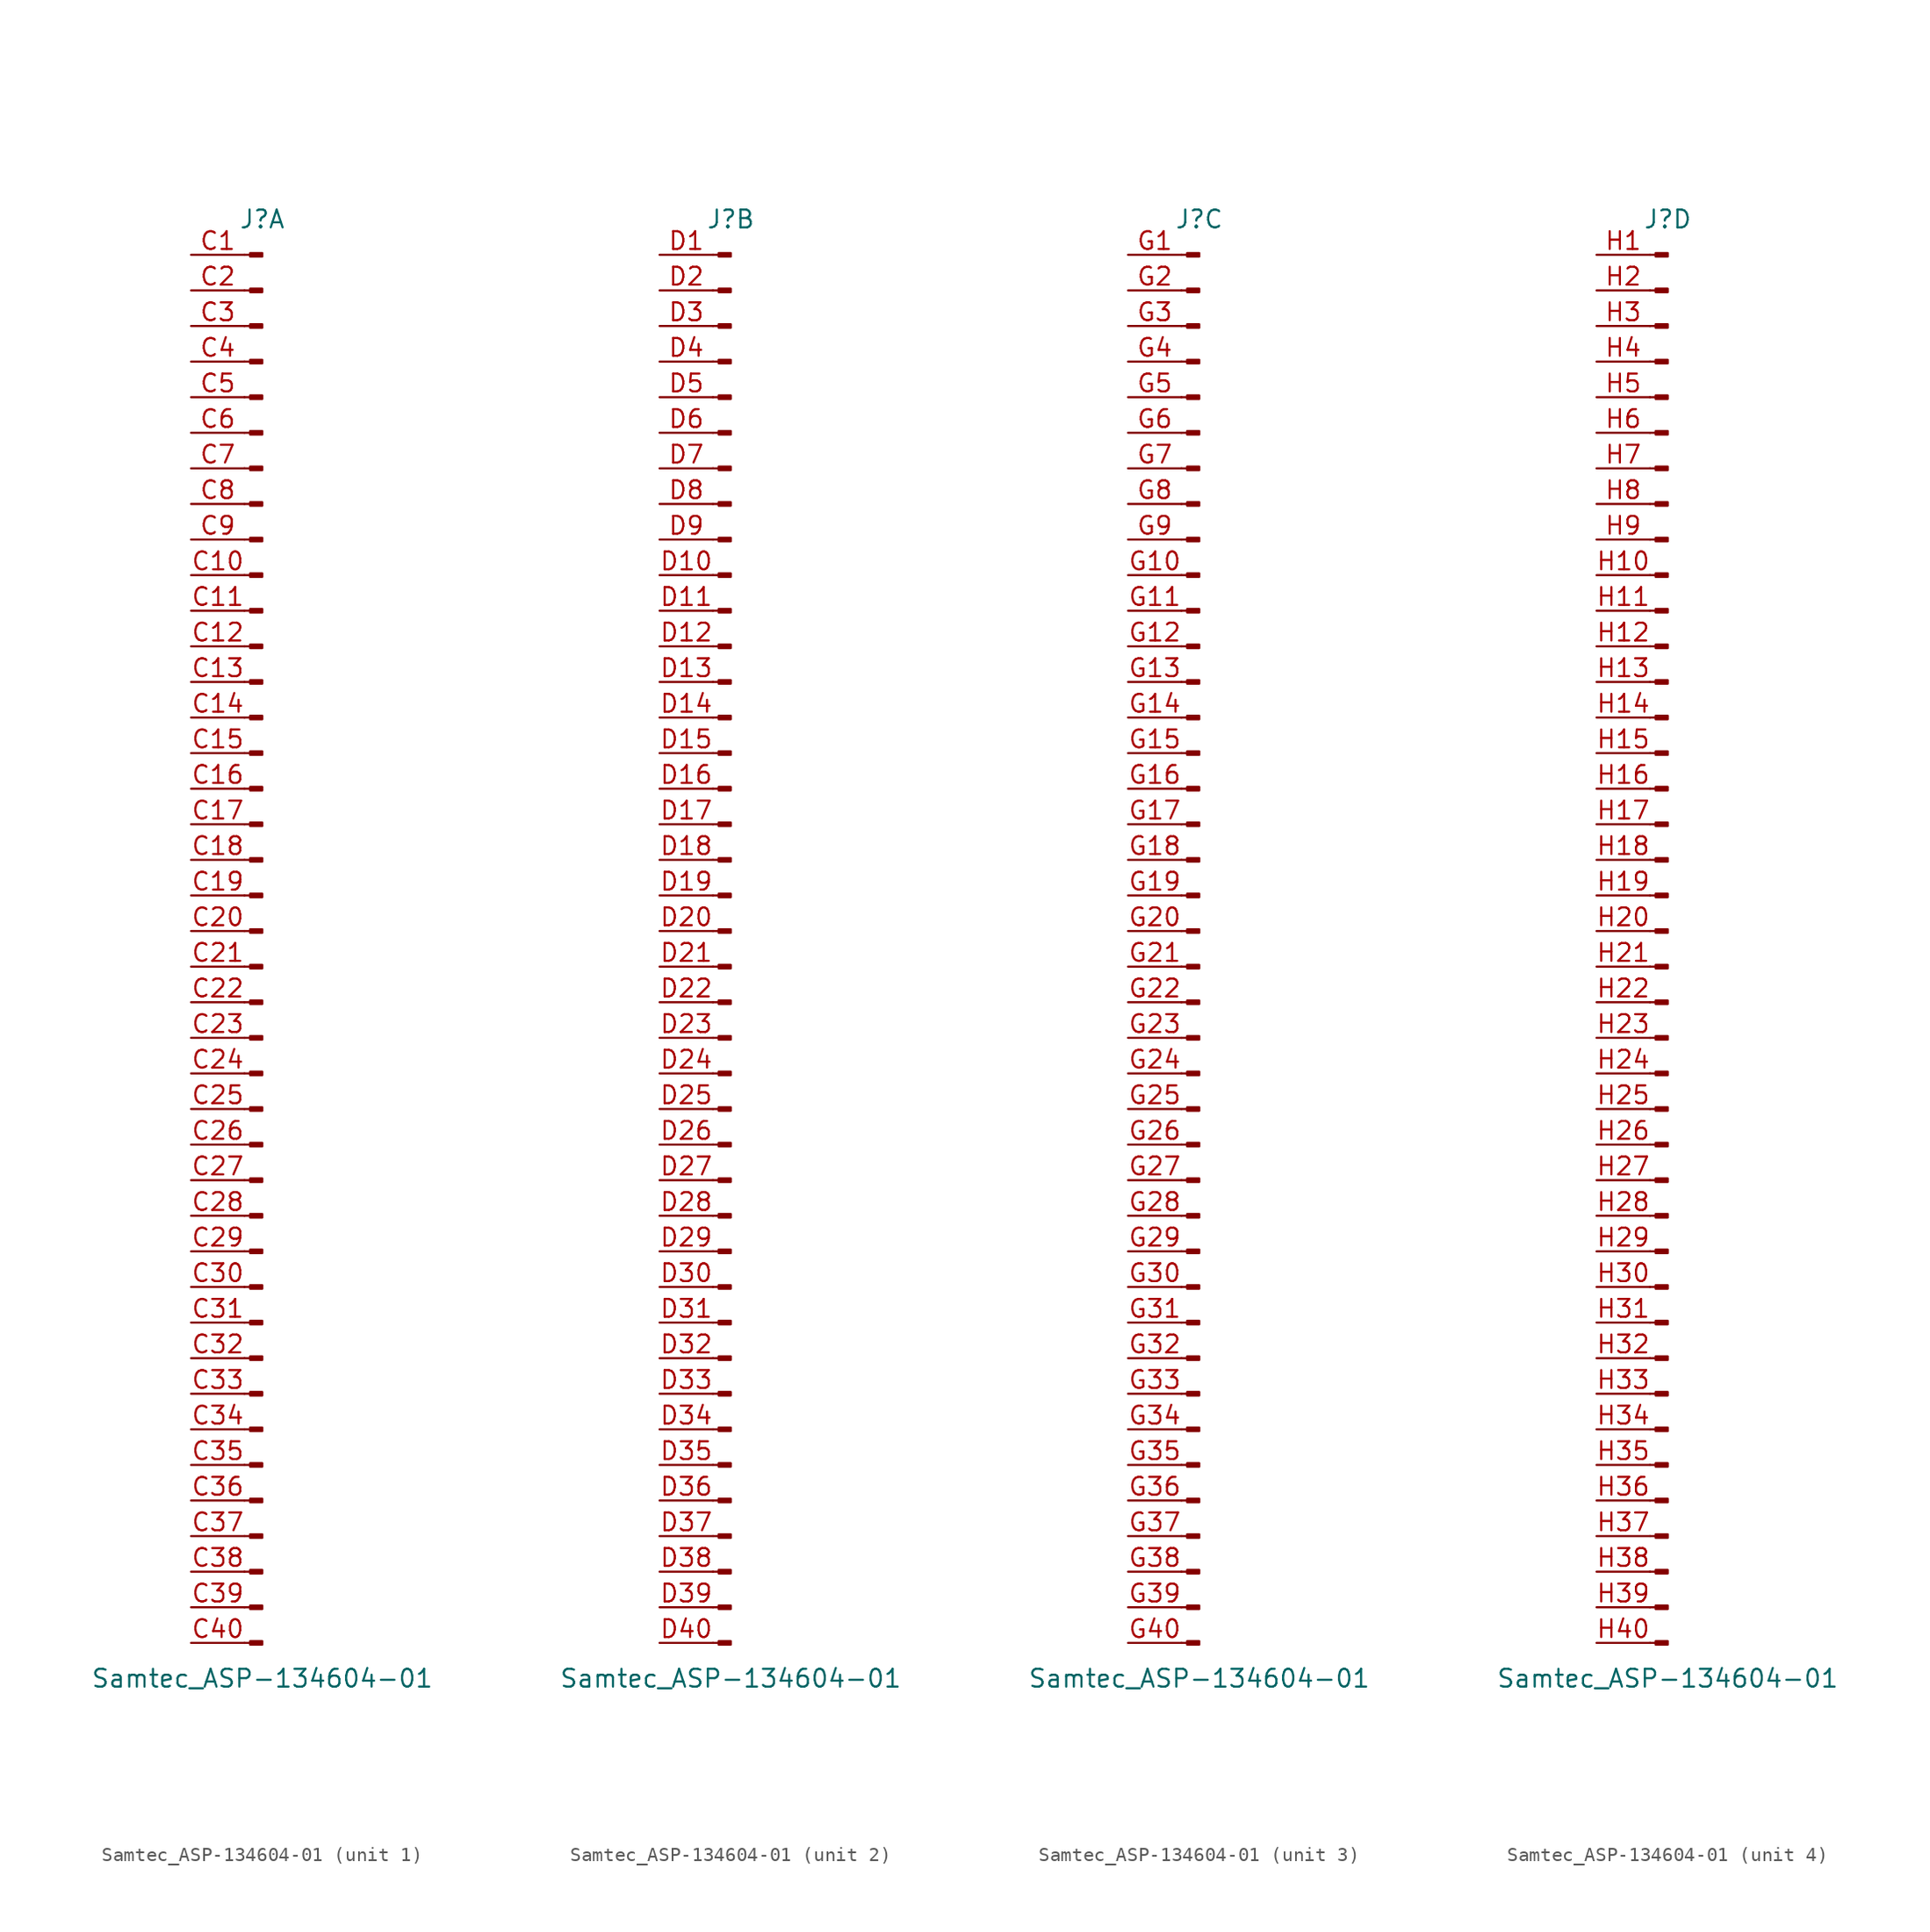
<source format=kicad_sym>
(kicad_symbol_lib
  (version 20211014)
  (generator kicad_symbol_editor)
  (symbol "Samtec_ASP-134604-01"
    (pin_names
      (offset 1.016) hide)
    (property "Reference" "J"
      (at 0 50.8 0)
      (effects (font (size 1.27 1.27))))
    (property "Value" "Samtec_ASP-134604-01"
      (at 0 -53.34 0)
      (effects (font (size 1.27 1.27))))
    (symbol "Samtec_ASP-134604-01_1_1"
      (rectangle (start -0.864 -50.673) (end 0 -50.927) (stroke (width 0.152) (type default) (color 0 0 0 0)) (fill (type outline)))
      (rectangle (start -0.864 -48.133) (end 0 -48.387) (stroke (width 0.152) (type default) (color 0 0 0 0)) (fill (type outline)))
      (rectangle (start -0.864 -45.593) (end 0 -45.847) (stroke (width 0.152) (type default) (color 0 0 0 0)) (fill (type outline)))
      (rectangle (start -0.864 -43.053) (end 0 -43.307) (stroke (width 0.152) (type default) (color 0 0 0 0)) (fill (type outline)))
      (rectangle (start -0.864 -40.513) (end 0 -40.767) (stroke (width 0.152) (type default) (color 0 0 0 0)) (fill (type outline)))
      (rectangle (start -0.864 -37.973) (end 0 -38.227) (stroke (width 0.152) (type default) (color 0 0 0 0)) (fill (type outline)))
      (rectangle (start -0.864 -35.433) (end 0 -35.687) (stroke (width 0.152) (type default) (color 0 0 0 0)) (fill (type outline)))
      (rectangle (start -0.864 -32.893) (end 0 -33.147) (stroke (width 0.152) (type default) (color 0 0 0 0)) (fill (type outline)))
      (rectangle (start -0.864 -30.353) (end 0 -30.607) (stroke (width 0.152) (type default) (color 0 0 0 0)) (fill (type outline)))
      (rectangle (start -0.864 -27.813) (end 0 -28.067) (stroke (width 0.152) (type default) (color 0 0 0 0)) (fill (type outline)))
      (rectangle (start -0.864 -25.273) (end 0 -25.527) (stroke (width 0.152) (type default) (color 0 0 0 0)) (fill (type outline)))
      (rectangle (start -0.864 -22.733) (end 0 -22.987) (stroke (width 0.152) (type default) (color 0 0 0 0)) (fill (type outline)))
      (rectangle (start -0.864 -20.193) (end 0 -20.447) (stroke (width 0.152) (type default) (color 0 0 0 0)) (fill (type outline)))
      (rectangle (start -0.864 -17.653) (end 0 -17.907) (stroke (width 0.152) (type default) (color 0 0 0 0)) (fill (type outline)))
      (rectangle (start -0.864 -15.113) (end 0 -15.367) (stroke (width 0.152) (type default) (color 0 0 0 0)) (fill (type outline)))
      (rectangle (start -0.864 -12.573) (end 0 -12.827) (stroke (width 0.152) (type default) (color 0 0 0 0)) (fill (type outline)))
      (rectangle (start -0.864 -10.033) (end 0 -10.287) (stroke (width 0.152) (type default) (color 0 0 0 0)) (fill (type outline)))
      (rectangle (start -0.864 -7.493) (end 0 -7.747) (stroke (width 0.152) (type default) (color 0 0 0 0)) (fill (type outline)))
      (rectangle (start -0.864 -4.953) (end 0 -5.207) (stroke (width 0.152) (type default) (color 0 0 0 0)) (fill (type outline)))
      (rectangle (start -0.864 -2.413) (end 0 -2.667) (stroke (width 0.152) (type default) (color 0 0 0 0)) (fill (type outline)))
      (rectangle (start -0.864 0.127) (end 0 -0.127) (stroke (width 0.152) (type default) (color 0 0 0 0)) (fill (type outline)))
      (rectangle (start -0.864 2.667) (end 0 2.413) (stroke (width 0.152) (type default) (color 0 0 0 0)) (fill (type outline)))
      (rectangle (start -0.864 5.207) (end 0 4.953) (stroke (width 0.152) (type default) (color 0 0 0 0)) (fill (type outline)))
      (rectangle (start -0.864 7.747) (end 0 7.493) (stroke (width 0.152) (type default) (color 0 0 0 0)) (fill (type outline)))
      (rectangle (start -0.864 10.287) (end 0 10.033) (stroke (width 0.152) (type default) (color 0 0 0 0)) (fill (type outline)))
      (rectangle (start -0.864 12.827) (end 0 12.573) (stroke (width 0.152) (type default) (color 0 0 0 0)) (fill (type outline)))
      (rectangle (start -0.864 15.367) (end 0 15.113) (stroke (width 0.152) (type default) (color 0 0 0 0)) (fill (type outline)))
      (rectangle (start -0.864 17.907) (end 0 17.653) (stroke (width 0.152) (type default) (color 0 0 0 0)) (fill (type outline)))
      (rectangle (start -0.864 20.447) (end 0 20.193) (stroke (width 0.152) (type default) (color 0 0 0 0)) (fill (type outline)))
      (rectangle (start -0.864 22.987) (end 0 22.733) (stroke (width 0.152) (type default) (color 0 0 0 0)) (fill (type outline)))
      (rectangle (start -0.864 25.527) (end 0 25.273) (stroke (width 0.152) (type default) (color 0 0 0 0)) (fill (type outline)))
      (rectangle (start -0.864 28.067) (end 0 27.813) (stroke (width 0.152) (type default) (color 0 0 0 0)) (fill (type outline)))
      (rectangle (start -0.864 30.607) (end 0 30.353) (stroke (width 0.152) (type default) (color 0 0 0 0)) (fill (type outline)))
      (rectangle (start -0.864 33.147) (end 0 32.893) (stroke (width 0.152) (type default) (color 0 0 0 0)) (fill (type outline)))
      (rectangle (start -0.864 35.687) (end 0 35.433) (stroke (width 0.152) (type default) (color 0 0 0 0)) (fill (type outline)))
      (rectangle (start -0.864 38.227) (end 0 37.973) (stroke (width 0.152) (type default) (color 0 0 0 0)) (fill (type outline)))
      (rectangle (start -0.864 40.767) (end 0 40.513) (stroke (width 0.152) (type default) (color 0 0 0 0)) (fill (type outline)))
      (rectangle (start -0.864 43.307) (end 0 43.053) (stroke (width 0.152) (type default) (color 0 0 0 0)) (fill (type outline)))
      (rectangle (start -0.864 45.847) (end 0 45.593) (stroke (width 0.152) (type default) (color 0 0 0 0)) (fill (type outline)))
      (rectangle (start -0.864 48.387) (end 0 48.133) (stroke (width 0.152) (type default) (color 0 0 0 0)) (fill (type outline)))
      (polyline (pts (xy -1.27 -50.8) (xy -0.864 -50.8)) (stroke (width 0.152) (type default) (color 0 0 0 0)) (fill (type none)))
      (polyline (pts (xy -1.27 -48.26) (xy -0.864 -48.26)) (stroke (width 0.152) (type default) (color 0 0 0 0)) (fill (type none)))
      (polyline (pts (xy -1.27 -45.72) (xy -0.864 -45.72)) (stroke (width 0.152) (type default) (color 0 0 0 0)) (fill (type none)))
      (polyline (pts (xy -1.27 -43.18) (xy -0.864 -43.18)) (stroke (width 0.152) (type default) (color 0 0 0 0)) (fill (type none)))
      (polyline (pts (xy -1.27 -40.64) (xy -0.864 -40.64)) (stroke (width 0.152) (type default) (color 0 0 0 0)) (fill (type none)))
      (polyline (pts (xy -1.27 -38.1) (xy -0.864 -38.1)) (stroke (width 0.152) (type default) (color 0 0 0 0)) (fill (type none)))
      (polyline (pts (xy -1.27 -35.56) (xy -0.864 -35.56)) (stroke (width 0.152) (type default) (color 0 0 0 0)) (fill (type none)))
      (polyline (pts (xy -1.27 -33.02) (xy -0.864 -33.02)) (stroke (width 0.152) (type default) (color 0 0 0 0)) (fill (type none)))
      (polyline (pts (xy -1.27 -30.48) (xy -0.864 -30.48)) (stroke (width 0.152) (type default) (color 0 0 0 0)) (fill (type none)))
      (polyline (pts (xy -1.27 -27.94) (xy -0.864 -27.94)) (stroke (width 0.152) (type default) (color 0 0 0 0)) (fill (type none)))
      (polyline (pts (xy -1.27 -25.4) (xy -0.864 -25.4)) (stroke (width 0.152) (type default) (color 0 0 0 0)) (fill (type none)))
      (polyline (pts (xy -1.27 -22.86) (xy -0.864 -22.86)) (stroke (width 0.152) (type default) (color 0 0 0 0)) (fill (type none)))
      (polyline (pts (xy -1.27 -20.32) (xy -0.864 -20.32)) (stroke (width 0.152) (type default) (color 0 0 0 0)) (fill (type none)))
      (polyline (pts (xy -1.27 -17.78) (xy -0.864 -17.78)) (stroke (width 0.152) (type default) (color 0 0 0 0)) (fill (type none)))
      (polyline (pts (xy -1.27 -15.24) (xy -0.864 -15.24)) (stroke (width 0.152) (type default) (color 0 0 0 0)) (fill (type none)))
      (polyline (pts (xy -1.27 -12.7) (xy -0.864 -12.7)) (stroke (width 0.152) (type default) (color 0 0 0 0)) (fill (type none)))
      (polyline (pts (xy -1.27 -10.16) (xy -0.864 -10.16)) (stroke (width 0.152) (type default) (color 0 0 0 0)) (fill (type none)))
      (polyline (pts (xy -1.27 -7.62) (xy -0.864 -7.62)) (stroke (width 0.152) (type default) (color 0 0 0 0)) (fill (type none)))
      (polyline (pts (xy -1.27 -5.08) (xy -0.864 -5.08)) (stroke (width 0.152) (type default) (color 0 0 0 0)) (fill (type none)))
      (polyline (pts (xy -1.27 -2.54) (xy -0.864 -2.54)) (stroke (width 0.152) (type default) (color 0 0 0 0)) (fill (type none)))
      (polyline (pts (xy -1.27 0) (xy -0.864 0)) (stroke (width 0.152) (type default) (color 0 0 0 0)) (fill (type none)))
      (polyline (pts (xy -1.27 2.54) (xy -0.864 2.54)) (stroke (width 0.152) (type default) (color 0 0 0 0)) (fill (type none)))
      (polyline (pts (xy -1.27 5.08) (xy -0.864 5.08)) (stroke (width 0.152) (type default) (color 0 0 0 0)) (fill (type none)))
      (polyline (pts (xy -1.27 7.62) (xy -0.864 7.62)) (stroke (width 0.152) (type default) (color 0 0 0 0)) (fill (type none)))
      (polyline (pts (xy -1.27 10.16) (xy -0.864 10.16)) (stroke (width 0.152) (type default) (color 0 0 0 0)) (fill (type none)))
      (polyline (pts (xy -1.27 12.7) (xy -0.864 12.7)) (stroke (width 0.152) (type default) (color 0 0 0 0)) (fill (type none)))
      (polyline (pts (xy -1.27 15.24) (xy -0.864 15.24)) (stroke (width 0.152) (type default) (color 0 0 0 0)) (fill (type none)))
      (polyline (pts (xy -1.27 17.78) (xy -0.864 17.78)) (stroke (width 0.152) (type default) (color 0 0 0 0)) (fill (type none)))
      (polyline (pts (xy -1.27 20.32) (xy -0.864 20.32)) (stroke (width 0.152) (type default) (color 0 0 0 0)) (fill (type none)))
      (polyline (pts (xy -1.27 22.86) (xy -0.864 22.86)) (stroke (width 0.152) (type default) (color 0 0 0 0)) (fill (type none)))
      (polyline (pts (xy -1.27 25.4) (xy -0.864 25.4)) (stroke (width 0.152) (type default) (color 0 0 0 0)) (fill (type none)))
      (polyline (pts (xy -1.27 27.94) (xy -0.864 27.94)) (stroke (width 0.152) (type default) (color 0 0 0 0)) (fill (type none)))
      (polyline (pts (xy -1.27 30.48) (xy -0.864 30.48)) (stroke (width 0.152) (type default) (color 0 0 0 0)) (fill (type none)))
      (polyline (pts (xy -1.27 33.02) (xy -0.864 33.02)) (stroke (width 0.152) (type default) (color 0 0 0 0)) (fill (type none)))
      (polyline (pts (xy -1.27 35.56) (xy -0.864 35.56)) (stroke (width 0.152) (type default) (color 0 0 0 0)) (fill (type none)))
      (polyline (pts (xy -1.27 38.1) (xy -0.864 38.1)) (stroke (width 0.152) (type default) (color 0 0 0 0)) (fill (type none)))
      (polyline (pts (xy -1.27 40.64) (xy -0.864 40.64)) (stroke (width 0.152) (type default) (color 0 0 0 0)) (fill (type none)))
      (polyline (pts (xy -1.27 43.18) (xy -0.864 43.18)) (stroke (width 0.152) (type default) (color 0 0 0 0)) (fill (type none)))
      (polyline (pts (xy -1.27 45.72) (xy -0.864 45.72)) (stroke (width 0.152) (type default) (color 0 0 0 0)) (fill (type none)))
      (polyline (pts (xy -1.27 48.26) (xy -0.864 48.26)) (stroke (width 0.152) (type default) (color 0 0 0 0)) (fill (type none)))
      (pin passive line (at -5.08 48.26 0) (length 3.81) (name "Pin_1" (effects (font (size 1.27 1.27)))) (number "C1" (effects (font (size 1.27 1.27)))))
      (pin passive line (at -5.08 25.4 0) (length 3.81) (name "Pin_10" (effects (font (size 1.27 1.27)))) (number "C10" (effects (font (size 1.27 1.27)))))
      (pin passive line (at -5.08 22.86 0) (length 3.81) (name "Pin_11" (effects (font (size 1.27 1.27)))) (number "C11" (effects (font (size 1.27 1.27)))))
      (pin passive line (at -5.08 20.32 0) (length 3.81) (name "Pin_12" (effects (font (size 1.27 1.27)))) (number "C12" (effects (font (size 1.27 1.27)))))
      (pin passive line (at -5.08 17.78 0) (length 3.81) (name "Pin_13" (effects (font (size 1.27 1.27)))) (number "C13" (effects (font (size 1.27 1.27)))))
      (pin passive line (at -5.08 15.24 0) (length 3.81) (name "Pin_14" (effects (font (size 1.27 1.27)))) (number "C14" (effects (font (size 1.27 1.27)))))
      (pin passive line (at -5.08 12.7 0) (length 3.81) (name "Pin_15" (effects (font (size 1.27 1.27)))) (number "C15" (effects (font (size 1.27 1.27)))))
      (pin passive line (at -5.08 10.16 0) (length 3.81) (name "Pin_16" (effects (font (size 1.27 1.27)))) (number "C16" (effects (font (size 1.27 1.27)))))
      (pin passive line (at -5.08 7.62 0) (length 3.81) (name "Pin_17" (effects (font (size 1.27 1.27)))) (number "C17" (effects (font (size 1.27 1.27)))))
      (pin passive line (at -5.08 5.08 0) (length 3.81) (name "Pin_18" (effects (font (size 1.27 1.27)))) (number "C18" (effects (font (size 1.27 1.27)))))
      (pin passive line (at -5.08 2.54 0) (length 3.81) (name "Pin_19" (effects (font (size 1.27 1.27)))) (number "C19" (effects (font (size 1.27 1.27)))))
      (pin passive line (at -5.08 45.72 0) (length 3.81) (name "Pin_2" (effects (font (size 1.27 1.27)))) (number "C2" (effects (font (size 1.27 1.27)))))
      (pin passive line (at -5.08 0 0) (length 3.81) (name "Pin_20" (effects (font (size 1.27 1.27)))) (number "C20" (effects (font (size 1.27 1.27)))))
      (pin passive line (at -5.08 -2.54 0) (length 3.81) (name "Pin_21" (effects (font (size 1.27 1.27)))) (number "C21" (effects (font (size 1.27 1.27)))))
      (pin passive line (at -5.08 -5.08 0) (length 3.81) (name "Pin_22" (effects (font (size 1.27 1.27)))) (number "C22" (effects (font (size 1.27 1.27)))))
      (pin passive line (at -5.08 -7.62 0) (length 3.81) (name "Pin_23" (effects (font (size 1.27 1.27)))) (number "C23" (effects (font (size 1.27 1.27)))))
      (pin passive line (at -5.08 -10.16 0) (length 3.81) (name "Pin_24" (effects (font (size 1.27 1.27)))) (number "C24" (effects (font (size 1.27 1.27)))))
      (pin passive line (at -5.08 -12.7 0) (length 3.81) (name "Pin_25" (effects (font (size 1.27 1.27)))) (number "C25" (effects (font (size 1.27 1.27)))))
      (pin passive line (at -5.08 -15.24 0) (length 3.81) (name "Pin_26" (effects (font (size 1.27 1.27)))) (number "C26" (effects (font (size 1.27 1.27)))))
      (pin passive line (at -5.08 -17.78 0) (length 3.81) (name "Pin_27" (effects (font (size 1.27 1.27)))) (number "C27" (effects (font (size 1.27 1.27)))))
      (pin passive line (at -5.08 -20.32 0) (length 3.81) (name "Pin_28" (effects (font (size 1.27 1.27)))) (number "C28" (effects (font (size 1.27 1.27)))))
      (pin passive line (at -5.08 -22.86 0) (length 3.81) (name "Pin_29" (effects (font (size 1.27 1.27)))) (number "C29" (effects (font (size 1.27 1.27)))))
      (pin passive line (at -5.08 43.18 0) (length 3.81) (name "Pin_3" (effects (font (size 1.27 1.27)))) (number "C3" (effects (font (size 1.27 1.27)))))
      (pin passive line (at -5.08 -25.4 0) (length 3.81) (name "Pin_30" (effects (font (size 1.27 1.27)))) (number "C30" (effects (font (size 1.27 1.27)))))
      (pin passive line (at -5.08 -27.94 0) (length 3.81) (name "Pin_31" (effects (font (size 1.27 1.27)))) (number "C31" (effects (font (size 1.27 1.27)))))
      (pin passive line (at -5.08 -30.48 0) (length 3.81) (name "Pin_32" (effects (font (size 1.27 1.27)))) (number "C32" (effects (font (size 1.27 1.27)))))
      (pin passive line (at -5.08 -33.02 0) (length 3.81) (name "Pin_33" (effects (font (size 1.27 1.27)))) (number "C33" (effects (font (size 1.27 1.27)))))
      (pin passive line (at -5.08 -35.56 0) (length 3.81) (name "Pin_34" (effects (font (size 1.27 1.27)))) (number "C34" (effects (font (size 1.27 1.27)))))
      (pin passive line (at -5.08 -38.1 0) (length 3.81) (name "Pin_35" (effects (font (size 1.27 1.27)))) (number "C35" (effects (font (size 1.27 1.27)))))
      (pin passive line (at -5.08 -40.64 0) (length 3.81) (name "Pin_36" (effects (font (size 1.27 1.27)))) (number "C36" (effects (font (size 1.27 1.27)))))
      (pin passive line (at -5.08 -43.18 0) (length 3.81) (name "Pin_37" (effects (font (size 1.27 1.27)))) (number "C37" (effects (font (size 1.27 1.27)))))
      (pin passive line (at -5.08 -45.72 0) (length 3.81) (name "Pin_38" (effects (font (size 1.27 1.27)))) (number "C38" (effects (font (size 1.27 1.27)))))
      (pin passive line (at -5.08 -48.26 0) (length 3.81) (name "Pin_39" (effects (font (size 1.27 1.27)))) (number "C39" (effects (font (size 1.27 1.27)))))
      (pin passive line (at -5.08 40.64 0) (length 3.81) (name "Pin_4" (effects (font (size 1.27 1.27)))) (number "C4" (effects (font (size 1.27 1.27)))))
      (pin passive line (at -5.08 -50.8 0) (length 3.81) (name "Pin_40" (effects (font (size 1.27 1.27)))) (number "C40" (effects (font (size 1.27 1.27)))))
      (pin passive line (at -5.08 38.1 0) (length 3.81) (name "Pin_5" (effects (font (size 1.27 1.27)))) (number "C5" (effects (font (size 1.27 1.27)))))
      (pin passive line (at -5.08 35.56 0) (length 3.81) (name "Pin_6" (effects (font (size 1.27 1.27)))) (number "C6" (effects (font (size 1.27 1.27)))))
      (pin passive line (at -5.08 33.02 0) (length 3.81) (name "Pin_7" (effects (font (size 1.27 1.27)))) (number "C7" (effects (font (size 1.27 1.27)))))
      (pin passive line (at -5.08 30.48 0) (length 3.81) (name "Pin_8" (effects (font (size 1.27 1.27)))) (number "C8" (effects (font (size 1.27 1.27)))))
      (pin passive line (at -5.08 27.94 0) (length 3.81) (name "Pin_9" (effects (font (size 1.27 1.27)))) (number "C9" (effects (font (size 1.27 1.27))))))
    (symbol "Samtec_ASP-134604-01_2_1"
      (rectangle (start -0.864 -50.673) (end 0 -50.927) (stroke (width 0.152) (type default) (color 0 0 0 0)) (fill (type outline)))
      (rectangle (start -0.864 -48.133) (end 0 -48.387) (stroke (width 0.152) (type default) (color 0 0 0 0)) (fill (type outline)))
      (rectangle (start -0.864 -45.593) (end 0 -45.847) (stroke (width 0.152) (type default) (color 0 0 0 0)) (fill (type outline)))
      (rectangle (start -0.864 -43.053) (end 0 -43.307) (stroke (width 0.152) (type default) (color 0 0 0 0)) (fill (type outline)))
      (rectangle (start -0.864 -40.513) (end 0 -40.767) (stroke (width 0.152) (type default) (color 0 0 0 0)) (fill (type outline)))
      (rectangle (start -0.864 -37.973) (end 0 -38.227) (stroke (width 0.152) (type default) (color 0 0 0 0)) (fill (type outline)))
      (rectangle (start -0.864 -35.433) (end 0 -35.687) (stroke (width 0.152) (type default) (color 0 0 0 0)) (fill (type outline)))
      (rectangle (start -0.864 -32.893) (end 0 -33.147) (stroke (width 0.152) (type default) (color 0 0 0 0)) (fill (type outline)))
      (rectangle (start -0.864 -30.353) (end 0 -30.607) (stroke (width 0.152) (type default) (color 0 0 0 0)) (fill (type outline)))
      (rectangle (start -0.864 -27.813) (end 0 -28.067) (stroke (width 0.152) (type default) (color 0 0 0 0)) (fill (type outline)))
      (rectangle (start -0.864 -25.273) (end 0 -25.527) (stroke (width 0.152) (type default) (color 0 0 0 0)) (fill (type outline)))
      (rectangle (start -0.864 -22.733) (end 0 -22.987) (stroke (width 0.152) (type default) (color 0 0 0 0)) (fill (type outline)))
      (rectangle (start -0.864 -20.193) (end 0 -20.447) (stroke (width 0.152) (type default) (color 0 0 0 0)) (fill (type outline)))
      (rectangle (start -0.864 -17.653) (end 0 -17.907) (stroke (width 0.152) (type default) (color 0 0 0 0)) (fill (type outline)))
      (rectangle (start -0.864 -15.113) (end 0 -15.367) (stroke (width 0.152) (type default) (color 0 0 0 0)) (fill (type outline)))
      (rectangle (start -0.864 -12.573) (end 0 -12.827) (stroke (width 0.152) (type default) (color 0 0 0 0)) (fill (type outline)))
      (rectangle (start -0.864 -10.033) (end 0 -10.287) (stroke (width 0.152) (type default) (color 0 0 0 0)) (fill (type outline)))
      (rectangle (start -0.864 -7.493) (end 0 -7.747) (stroke (width 0.152) (type default) (color 0 0 0 0)) (fill (type outline)))
      (rectangle (start -0.864 -4.953) (end 0 -5.207) (stroke (width 0.152) (type default) (color 0 0 0 0)) (fill (type outline)))
      (rectangle (start -0.864 -2.413) (end 0 -2.667) (stroke (width 0.152) (type default) (color 0 0 0 0)) (fill (type outline)))
      (rectangle (start -0.864 0.127) (end 0 -0.127) (stroke (width 0.152) (type default) (color 0 0 0 0)) (fill (type outline)))
      (rectangle (start -0.864 2.667) (end 0 2.413) (stroke (width 0.152) (type default) (color 0 0 0 0)) (fill (type outline)))
      (rectangle (start -0.864 5.207) (end 0 4.953) (stroke (width 0.152) (type default) (color 0 0 0 0)) (fill (type outline)))
      (rectangle (start -0.864 7.747) (end 0 7.493) (stroke (width 0.152) (type default) (color 0 0 0 0)) (fill (type outline)))
      (rectangle (start -0.864 10.287) (end 0 10.033) (stroke (width 0.152) (type default) (color 0 0 0 0)) (fill (type outline)))
      (rectangle (start -0.864 12.827) (end 0 12.573) (stroke (width 0.152) (type default) (color 0 0 0 0)) (fill (type outline)))
      (rectangle (start -0.864 15.367) (end 0 15.113) (stroke (width 0.152) (type default) (color 0 0 0 0)) (fill (type outline)))
      (rectangle (start -0.864 17.907) (end 0 17.653) (stroke (width 0.152) (type default) (color 0 0 0 0)) (fill (type outline)))
      (rectangle (start -0.864 20.447) (end 0 20.193) (stroke (width 0.152) (type default) (color 0 0 0 0)) (fill (type outline)))
      (rectangle (start -0.864 22.987) (end 0 22.733) (stroke (width 0.152) (type default) (color 0 0 0 0)) (fill (type outline)))
      (rectangle (start -0.864 25.527) (end 0 25.273) (stroke (width 0.152) (type default) (color 0 0 0 0)) (fill (type outline)))
      (rectangle (start -0.864 28.067) (end 0 27.813) (stroke (width 0.152) (type default) (color 0 0 0 0)) (fill (type outline)))
      (rectangle (start -0.864 30.607) (end 0 30.353) (stroke (width 0.152) (type default) (color 0 0 0 0)) (fill (type outline)))
      (rectangle (start -0.864 33.147) (end 0 32.893) (stroke (width 0.152) (type default) (color 0 0 0 0)) (fill (type outline)))
      (rectangle (start -0.864 35.687) (end 0 35.433) (stroke (width 0.152) (type default) (color 0 0 0 0)) (fill (type outline)))
      (rectangle (start -0.864 38.227) (end 0 37.973) (stroke (width 0.152) (type default) (color 0 0 0 0)) (fill (type outline)))
      (rectangle (start -0.864 40.767) (end 0 40.513) (stroke (width 0.152) (type default) (color 0 0 0 0)) (fill (type outline)))
      (rectangle (start -0.864 43.307) (end 0 43.053) (stroke (width 0.152) (type default) (color 0 0 0 0)) (fill (type outline)))
      (rectangle (start -0.864 45.847) (end 0 45.593) (stroke (width 0.152) (type default) (color 0 0 0 0)) (fill (type outline)))
      (rectangle (start -0.864 48.387) (end 0 48.133) (stroke (width 0.152) (type default) (color 0 0 0 0)) (fill (type outline)))
      (polyline (pts (xy -1.27 -50.8) (xy -0.864 -50.8)) (stroke (width 0.152) (type default) (color 0 0 0 0)) (fill (type none)))
      (polyline (pts (xy -1.27 -48.26) (xy -0.864 -48.26)) (stroke (width 0.152) (type default) (color 0 0 0 0)) (fill (type none)))
      (polyline (pts (xy -1.27 -45.72) (xy -0.864 -45.72)) (stroke (width 0.152) (type default) (color 0 0 0 0)) (fill (type none)))
      (polyline (pts (xy -1.27 -43.18) (xy -0.864 -43.18)) (stroke (width 0.152) (type default) (color 0 0 0 0)) (fill (type none)))
      (polyline (pts (xy -1.27 -40.64) (xy -0.864 -40.64)) (stroke (width 0.152) (type default) (color 0 0 0 0)) (fill (type none)))
      (polyline (pts (xy -1.27 -38.1) (xy -0.864 -38.1)) (stroke (width 0.152) (type default) (color 0 0 0 0)) (fill (type none)))
      (polyline (pts (xy -1.27 -35.56) (xy -0.864 -35.56)) (stroke (width 0.152) (type default) (color 0 0 0 0)) (fill (type none)))
      (polyline (pts (xy -1.27 -33.02) (xy -0.864 -33.02)) (stroke (width 0.152) (type default) (color 0 0 0 0)) (fill (type none)))
      (polyline (pts (xy -1.27 -30.48) (xy -0.864 -30.48)) (stroke (width 0.152) (type default) (color 0 0 0 0)) (fill (type none)))
      (polyline (pts (xy -1.27 -27.94) (xy -0.864 -27.94)) (stroke (width 0.152) (type default) (color 0 0 0 0)) (fill (type none)))
      (polyline (pts (xy -1.27 -25.4) (xy -0.864 -25.4)) (stroke (width 0.152) (type default) (color 0 0 0 0)) (fill (type none)))
      (polyline (pts (xy -1.27 -22.86) (xy -0.864 -22.86)) (stroke (width 0.152) (type default) (color 0 0 0 0)) (fill (type none)))
      (polyline (pts (xy -1.27 -20.32) (xy -0.864 -20.32)) (stroke (width 0.152) (type default) (color 0 0 0 0)) (fill (type none)))
      (polyline (pts (xy -1.27 -17.78) (xy -0.864 -17.78)) (stroke (width 0.152) (type default) (color 0 0 0 0)) (fill (type none)))
      (polyline (pts (xy -1.27 -15.24) (xy -0.864 -15.24)) (stroke (width 0.152) (type default) (color 0 0 0 0)) (fill (type none)))
      (polyline (pts (xy -1.27 -12.7) (xy -0.864 -12.7)) (stroke (width 0.152) (type default) (color 0 0 0 0)) (fill (type none)))
      (polyline (pts (xy -1.27 -10.16) (xy -0.864 -10.16)) (stroke (width 0.152) (type default) (color 0 0 0 0)) (fill (type none)))
      (polyline (pts (xy -1.27 -7.62) (xy -0.864 -7.62)) (stroke (width 0.152) (type default) (color 0 0 0 0)) (fill (type none)))
      (polyline (pts (xy -1.27 -5.08) (xy -0.864 -5.08)) (stroke (width 0.152) (type default) (color 0 0 0 0)) (fill (type none)))
      (polyline (pts (xy -1.27 -2.54) (xy -0.864 -2.54)) (stroke (width 0.152) (type default) (color 0 0 0 0)) (fill (type none)))
      (polyline (pts (xy -1.27 0) (xy -0.864 0)) (stroke (width 0.152) (type default) (color 0 0 0 0)) (fill (type none)))
      (polyline (pts (xy -1.27 2.54) (xy -0.864 2.54)) (stroke (width 0.152) (type default) (color 0 0 0 0)) (fill (type none)))
      (polyline (pts (xy -1.27 5.08) (xy -0.864 5.08)) (stroke (width 0.152) (type default) (color 0 0 0 0)) (fill (type none)))
      (polyline (pts (xy -1.27 7.62) (xy -0.864 7.62)) (stroke (width 0.152) (type default) (color 0 0 0 0)) (fill (type none)))
      (polyline (pts (xy -1.27 10.16) (xy -0.864 10.16)) (stroke (width 0.152) (type default) (color 0 0 0 0)) (fill (type none)))
      (polyline (pts (xy -1.27 12.7) (xy -0.864 12.7)) (stroke (width 0.152) (type default) (color 0 0 0 0)) (fill (type none)))
      (polyline (pts (xy -1.27 15.24) (xy -0.864 15.24)) (stroke (width 0.152) (type default) (color 0 0 0 0)) (fill (type none)))
      (polyline (pts (xy -1.27 17.78) (xy -0.864 17.78)) (stroke (width 0.152) (type default) (color 0 0 0 0)) (fill (type none)))
      (polyline (pts (xy -1.27 20.32) (xy -0.864 20.32)) (stroke (width 0.152) (type default) (color 0 0 0 0)) (fill (type none)))
      (polyline (pts (xy -1.27 22.86) (xy -0.864 22.86)) (stroke (width 0.152) (type default) (color 0 0 0 0)) (fill (type none)))
      (polyline (pts (xy -1.27 25.4) (xy -0.864 25.4)) (stroke (width 0.152) (type default) (color 0 0 0 0)) (fill (type none)))
      (polyline (pts (xy -1.27 27.94) (xy -0.864 27.94)) (stroke (width 0.152) (type default) (color 0 0 0 0)) (fill (type none)))
      (polyline (pts (xy -1.27 30.48) (xy -0.864 30.48)) (stroke (width 0.152) (type default) (color 0 0 0 0)) (fill (type none)))
      (polyline (pts (xy -1.27 33.02) (xy -0.864 33.02)) (stroke (width 0.152) (type default) (color 0 0 0 0)) (fill (type none)))
      (polyline (pts (xy -1.27 35.56) (xy -0.864 35.56)) (stroke (width 0.152) (type default) (color 0 0 0 0)) (fill (type none)))
      (polyline (pts (xy -1.27 38.1) (xy -0.864 38.1)) (stroke (width 0.152) (type default) (color 0 0 0 0)) (fill (type none)))
      (polyline (pts (xy -1.27 40.64) (xy -0.864 40.64)) (stroke (width 0.152) (type default) (color 0 0 0 0)) (fill (type none)))
      (polyline (pts (xy -1.27 43.18) (xy -0.864 43.18)) (stroke (width 0.152) (type default) (color 0 0 0 0)) (fill (type none)))
      (polyline (pts (xy -1.27 45.72) (xy -0.864 45.72)) (stroke (width 0.152) (type default) (color 0 0 0 0)) (fill (type none)))
      (polyline (pts (xy -1.27 48.26) (xy -0.864 48.26)) (stroke (width 0.152) (type default) (color 0 0 0 0)) (fill (type none)))
      (pin passive line (at -5.08 48.26 0) (length 3.81) (name "Pin_1" (effects (font (size 1.27 1.27)))) (number "D1" (effects (font (size 1.27 1.27)))))
      (pin passive line (at -5.08 25.4 0) (length 3.81) (name "Pin_10" (effects (font (size 1.27 1.27)))) (number "D10" (effects (font (size 1.27 1.27)))))
      (pin passive line (at -5.08 22.86 0) (length 3.81) (name "Pin_11" (effects (font (size 1.27 1.27)))) (number "D11" (effects (font (size 1.27 1.27)))))
      (pin passive line (at -5.08 20.32 0) (length 3.81) (name "Pin_12" (effects (font (size 1.27 1.27)))) (number "D12" (effects (font (size 1.27 1.27)))))
      (pin passive line (at -5.08 17.78 0) (length 3.81) (name "Pin_13" (effects (font (size 1.27 1.27)))) (number "D13" (effects (font (size 1.27 1.27)))))
      (pin passive line (at -5.08 15.24 0) (length 3.81) (name "Pin_14" (effects (font (size 1.27 1.27)))) (number "D14" (effects (font (size 1.27 1.27)))))
      (pin passive line (at -5.08 12.7 0) (length 3.81) (name "Pin_15" (effects (font (size 1.27 1.27)))) (number "D15" (effects (font (size 1.27 1.27)))))
      (pin passive line (at -5.08 10.16 0) (length 3.81) (name "Pin_16" (effects (font (size 1.27 1.27)))) (number "D16" (effects (font (size 1.27 1.27)))))
      (pin passive line (at -5.08 7.62 0) (length 3.81) (name "Pin_17" (effects (font (size 1.27 1.27)))) (number "D17" (effects (font (size 1.27 1.27)))))
      (pin passive line (at -5.08 5.08 0) (length 3.81) (name "Pin_18" (effects (font (size 1.27 1.27)))) (number "D18" (effects (font (size 1.27 1.27)))))
      (pin passive line (at -5.08 2.54 0) (length 3.81) (name "Pin_19" (effects (font (size 1.27 1.27)))) (number "D19" (effects (font (size 1.27 1.27)))))
      (pin passive line (at -5.08 45.72 0) (length 3.81) (name "Pin_2" (effects (font (size 1.27 1.27)))) (number "D2" (effects (font (size 1.27 1.27)))))
      (pin passive line (at -5.08 0 0) (length 3.81) (name "Pin_20" (effects (font (size 1.27 1.27)))) (number "D20" (effects (font (size 1.27 1.27)))))
      (pin passive line (at -5.08 -2.54 0) (length 3.81) (name "Pin_21" (effects (font (size 1.27 1.27)))) (number "D21" (effects (font (size 1.27 1.27)))))
      (pin passive line (at -5.08 -5.08 0) (length 3.81) (name "Pin_22" (effects (font (size 1.27 1.27)))) (number "D22" (effects (font (size 1.27 1.27)))))
      (pin passive line (at -5.08 -7.62 0) (length 3.81) (name "Pin_23" (effects (font (size 1.27 1.27)))) (number "D23" (effects (font (size 1.27 1.27)))))
      (pin passive line (at -5.08 -10.16 0) (length 3.81) (name "Pin_24" (effects (font (size 1.27 1.27)))) (number "D24" (effects (font (size 1.27 1.27)))))
      (pin passive line (at -5.08 -12.7 0) (length 3.81) (name "Pin_25" (effects (font (size 1.27 1.27)))) (number "D25" (effects (font (size 1.27 1.27)))))
      (pin passive line (at -5.08 -15.24 0) (length 3.81) (name "Pin_26" (effects (font (size 1.27 1.27)))) (number "D26" (effects (font (size 1.27 1.27)))))
      (pin passive line (at -5.08 -17.78 0) (length 3.81) (name "Pin_27" (effects (font (size 1.27 1.27)))) (number "D27" (effects (font (size 1.27 1.27)))))
      (pin passive line (at -5.08 -20.32 0) (length 3.81) (name "Pin_28" (effects (font (size 1.27 1.27)))) (number "D28" (effects (font (size 1.27 1.27)))))
      (pin passive line (at -5.08 -22.86 0) (length 3.81) (name "Pin_29" (effects (font (size 1.27 1.27)))) (number "D29" (effects (font (size 1.27 1.27)))))
      (pin passive line (at -5.08 43.18 0) (length 3.81) (name "Pin_3" (effects (font (size 1.27 1.27)))) (number "D3" (effects (font (size 1.27 1.27)))))
      (pin passive line (at -5.08 -25.4 0) (length 3.81) (name "Pin_30" (effects (font (size 1.27 1.27)))) (number "D30" (effects (font (size 1.27 1.27)))))
      (pin passive line (at -5.08 -27.94 0) (length 3.81) (name "Pin_31" (effects (font (size 1.27 1.27)))) (number "D31" (effects (font (size 1.27 1.27)))))
      (pin passive line (at -5.08 -30.48 0) (length 3.81) (name "Pin_32" (effects (font (size 1.27 1.27)))) (number "D32" (effects (font (size 1.27 1.27)))))
      (pin passive line (at -5.08 -33.02 0) (length 3.81) (name "Pin_33" (effects (font (size 1.27 1.27)))) (number "D33" (effects (font (size 1.27 1.27)))))
      (pin passive line (at -5.08 -35.56 0) (length 3.81) (name "Pin_34" (effects (font (size 1.27 1.27)))) (number "D34" (effects (font (size 1.27 1.27)))))
      (pin passive line (at -5.08 -38.1 0) (length 3.81) (name "Pin_35" (effects (font (size 1.27 1.27)))) (number "D35" (effects (font (size 1.27 1.27)))))
      (pin passive line (at -5.08 -40.64 0) (length 3.81) (name "Pin_36" (effects (font (size 1.27 1.27)))) (number "D36" (effects (font (size 1.27 1.27)))))
      (pin passive line (at -5.08 -43.18 0) (length 3.81) (name "Pin_37" (effects (font (size 1.27 1.27)))) (number "D37" (effects (font (size 1.27 1.27)))))
      (pin passive line (at -5.08 -45.72 0) (length 3.81) (name "Pin_38" (effects (font (size 1.27 1.27)))) (number "D38" (effects (font (size 1.27 1.27)))))
      (pin passive line (at -5.08 -48.26 0) (length 3.81) (name "Pin_39" (effects (font (size 1.27 1.27)))) (number "D39" (effects (font (size 1.27 1.27)))))
      (pin passive line (at -5.08 40.64 0) (length 3.81) (name "Pin_4" (effects (font (size 1.27 1.27)))) (number "D4" (effects (font (size 1.27 1.27)))))
      (pin passive line (at -5.08 -50.8 0) (length 3.81) (name "Pin_40" (effects (font (size 1.27 1.27)))) (number "D40" (effects (font (size 1.27 1.27)))))
      (pin passive line (at -5.08 38.1 0) (length 3.81) (name "Pin_5" (effects (font (size 1.27 1.27)))) (number "D5" (effects (font (size 1.27 1.27)))))
      (pin passive line (at -5.08 35.56 0) (length 3.81) (name "Pin_6" (effects (font (size 1.27 1.27)))) (number "D6" (effects (font (size 1.27 1.27)))))
      (pin passive line (at -5.08 33.02 0) (length 3.81) (name "Pin_7" (effects (font (size 1.27 1.27)))) (number "D7" (effects (font (size 1.27 1.27)))))
      (pin passive line (at -5.08 30.48 0) (length 3.81) (name "Pin_8" (effects (font (size 1.27 1.27)))) (number "D8" (effects (font (size 1.27 1.27)))))
      (pin passive line (at -5.08 27.94 0) (length 3.81) (name "Pin_9" (effects (font (size 1.27 1.27)))) (number "D9" (effects (font (size 1.27 1.27))))))
    (symbol "Samtec_ASP-134604-01_3_1"
      (rectangle (start -0.864 -50.673) (end 0 -50.927) (stroke (width 0.152) (type default) (color 0 0 0 0)) (fill (type outline)))
      (rectangle (start -0.864 -48.133) (end 0 -48.387) (stroke (width 0.152) (type default) (color 0 0 0 0)) (fill (type outline)))
      (rectangle (start -0.864 -45.593) (end 0 -45.847) (stroke (width 0.152) (type default) (color 0 0 0 0)) (fill (type outline)))
      (rectangle (start -0.864 -43.053) (end 0 -43.307) (stroke (width 0.152) (type default) (color 0 0 0 0)) (fill (type outline)))
      (rectangle (start -0.864 -40.513) (end 0 -40.767) (stroke (width 0.152) (type default) (color 0 0 0 0)) (fill (type outline)))
      (rectangle (start -0.864 -37.973) (end 0 -38.227) (stroke (width 0.152) (type default) (color 0 0 0 0)) (fill (type outline)))
      (rectangle (start -0.864 -35.433) (end 0 -35.687) (stroke (width 0.152) (type default) (color 0 0 0 0)) (fill (type outline)))
      (rectangle (start -0.864 -32.893) (end 0 -33.147) (stroke (width 0.152) (type default) (color 0 0 0 0)) (fill (type outline)))
      (rectangle (start -0.864 -30.353) (end 0 -30.607) (stroke (width 0.152) (type default) (color 0 0 0 0)) (fill (type outline)))
      (rectangle (start -0.864 -27.813) (end 0 -28.067) (stroke (width 0.152) (type default) (color 0 0 0 0)) (fill (type outline)))
      (rectangle (start -0.864 -25.273) (end 0 -25.527) (stroke (width 0.152) (type default) (color 0 0 0 0)) (fill (type outline)))
      (rectangle (start -0.864 -22.733) (end 0 -22.987) (stroke (width 0.152) (type default) (color 0 0 0 0)) (fill (type outline)))
      (rectangle (start -0.864 -20.193) (end 0 -20.447) (stroke (width 0.152) (type default) (color 0 0 0 0)) (fill (type outline)))
      (rectangle (start -0.864 -17.653) (end 0 -17.907) (stroke (width 0.152) (type default) (color 0 0 0 0)) (fill (type outline)))
      (rectangle (start -0.864 -15.113) (end 0 -15.367) (stroke (width 0.152) (type default) (color 0 0 0 0)) (fill (type outline)))
      (rectangle (start -0.864 -12.573) (end 0 -12.827) (stroke (width 0.152) (type default) (color 0 0 0 0)) (fill (type outline)))
      (rectangle (start -0.864 -10.033) (end 0 -10.287) (stroke (width 0.152) (type default) (color 0 0 0 0)) (fill (type outline)))
      (rectangle (start -0.864 -7.493) (end 0 -7.747) (stroke (width 0.152) (type default) (color 0 0 0 0)) (fill (type outline)))
      (rectangle (start -0.864 -4.953) (end 0 -5.207) (stroke (width 0.152) (type default) (color 0 0 0 0)) (fill (type outline)))
      (rectangle (start -0.864 -2.413) (end 0 -2.667) (stroke (width 0.152) (type default) (color 0 0 0 0)) (fill (type outline)))
      (rectangle (start -0.864 0.127) (end 0 -0.127) (stroke (width 0.152) (type default) (color 0 0 0 0)) (fill (type outline)))
      (rectangle (start -0.864 2.667) (end 0 2.413) (stroke (width 0.152) (type default) (color 0 0 0 0)) (fill (type outline)))
      (rectangle (start -0.864 5.207) (end 0 4.953) (stroke (width 0.152) (type default) (color 0 0 0 0)) (fill (type outline)))
      (rectangle (start -0.864 7.747) (end 0 7.493) (stroke (width 0.152) (type default) (color 0 0 0 0)) (fill (type outline)))
      (rectangle (start -0.864 10.287) (end 0 10.033) (stroke (width 0.152) (type default) (color 0 0 0 0)) (fill (type outline)))
      (rectangle (start -0.864 12.827) (end 0 12.573) (stroke (width 0.152) (type default) (color 0 0 0 0)) (fill (type outline)))
      (rectangle (start -0.864 15.367) (end 0 15.113) (stroke (width 0.152) (type default) (color 0 0 0 0)) (fill (type outline)))
      (rectangle (start -0.864 17.907) (end 0 17.653) (stroke (width 0.152) (type default) (color 0 0 0 0)) (fill (type outline)))
      (rectangle (start -0.864 20.447) (end 0 20.193) (stroke (width 0.152) (type default) (color 0 0 0 0)) (fill (type outline)))
      (rectangle (start -0.864 22.987) (end 0 22.733) (stroke (width 0.152) (type default) (color 0 0 0 0)) (fill (type outline)))
      (rectangle (start -0.864 25.527) (end 0 25.273) (stroke (width 0.152) (type default) (color 0 0 0 0)) (fill (type outline)))
      (rectangle (start -0.864 28.067) (end 0 27.813) (stroke (width 0.152) (type default) (color 0 0 0 0)) (fill (type outline)))
      (rectangle (start -0.864 30.607) (end 0 30.353) (stroke (width 0.152) (type default) (color 0 0 0 0)) (fill (type outline)))
      (rectangle (start -0.864 33.147) (end 0 32.893) (stroke (width 0.152) (type default) (color 0 0 0 0)) (fill (type outline)))
      (rectangle (start -0.864 35.687) (end 0 35.433) (stroke (width 0.152) (type default) (color 0 0 0 0)) (fill (type outline)))
      (rectangle (start -0.864 38.227) (end 0 37.973) (stroke (width 0.152) (type default) (color 0 0 0 0)) (fill (type outline)))
      (rectangle (start -0.864 40.767) (end 0 40.513) (stroke (width 0.152) (type default) (color 0 0 0 0)) (fill (type outline)))
      (rectangle (start -0.864 43.307) (end 0 43.053) (stroke (width 0.152) (type default) (color 0 0 0 0)) (fill (type outline)))
      (rectangle (start -0.864 45.847) (end 0 45.593) (stroke (width 0.152) (type default) (color 0 0 0 0)) (fill (type outline)))
      (rectangle (start -0.864 48.387) (end 0 48.133) (stroke (width 0.152) (type default) (color 0 0 0 0)) (fill (type outline)))
      (polyline (pts (xy -1.27 -50.8) (xy -0.864 -50.8)) (stroke (width 0.152) (type default) (color 0 0 0 0)) (fill (type none)))
      (polyline (pts (xy -1.27 -48.26) (xy -0.864 -48.26)) (stroke (width 0.152) (type default) (color 0 0 0 0)) (fill (type none)))
      (polyline (pts (xy -1.27 -45.72) (xy -0.864 -45.72)) (stroke (width 0.152) (type default) (color 0 0 0 0)) (fill (type none)))
      (polyline (pts (xy -1.27 -43.18) (xy -0.864 -43.18)) (stroke (width 0.152) (type default) (color 0 0 0 0)) (fill (type none)))
      (polyline (pts (xy -1.27 -40.64) (xy -0.864 -40.64)) (stroke (width 0.152) (type default) (color 0 0 0 0)) (fill (type none)))
      (polyline (pts (xy -1.27 -38.1) (xy -0.864 -38.1)) (stroke (width 0.152) (type default) (color 0 0 0 0)) (fill (type none)))
      (polyline (pts (xy -1.27 -35.56) (xy -0.864 -35.56)) (stroke (width 0.152) (type default) (color 0 0 0 0)) (fill (type none)))
      (polyline (pts (xy -1.27 -33.02) (xy -0.864 -33.02)) (stroke (width 0.152) (type default) (color 0 0 0 0)) (fill (type none)))
      (polyline (pts (xy -1.27 -30.48) (xy -0.864 -30.48)) (stroke (width 0.152) (type default) (color 0 0 0 0)) (fill (type none)))
      (polyline (pts (xy -1.27 -27.94) (xy -0.864 -27.94)) (stroke (width 0.152) (type default) (color 0 0 0 0)) (fill (type none)))
      (polyline (pts (xy -1.27 -25.4) (xy -0.864 -25.4)) (stroke (width 0.152) (type default) (color 0 0 0 0)) (fill (type none)))
      (polyline (pts (xy -1.27 -22.86) (xy -0.864 -22.86)) (stroke (width 0.152) (type default) (color 0 0 0 0)) (fill (type none)))
      (polyline (pts (xy -1.27 -20.32) (xy -0.864 -20.32)) (stroke (width 0.152) (type default) (color 0 0 0 0)) (fill (type none)))
      (polyline (pts (xy -1.27 -17.78) (xy -0.864 -17.78)) (stroke (width 0.152) (type default) (color 0 0 0 0)) (fill (type none)))
      (polyline (pts (xy -1.27 -15.24) (xy -0.864 -15.24)) (stroke (width 0.152) (type default) (color 0 0 0 0)) (fill (type none)))
      (polyline (pts (xy -1.27 -12.7) (xy -0.864 -12.7)) (stroke (width 0.152) (type default) (color 0 0 0 0)) (fill (type none)))
      (polyline (pts (xy -1.27 -10.16) (xy -0.864 -10.16)) (stroke (width 0.152) (type default) (color 0 0 0 0)) (fill (type none)))
      (polyline (pts (xy -1.27 -7.62) (xy -0.864 -7.62)) (stroke (width 0.152) (type default) (color 0 0 0 0)) (fill (type none)))
      (polyline (pts (xy -1.27 -5.08) (xy -0.864 -5.08)) (stroke (width 0.152) (type default) (color 0 0 0 0)) (fill (type none)))
      (polyline (pts (xy -1.27 -2.54) (xy -0.864 -2.54)) (stroke (width 0.152) (type default) (color 0 0 0 0)) (fill (type none)))
      (polyline (pts (xy -1.27 0) (xy -0.864 0)) (stroke (width 0.152) (type default) (color 0 0 0 0)) (fill (type none)))
      (polyline (pts (xy -1.27 2.54) (xy -0.864 2.54)) (stroke (width 0.152) (type default) (color 0 0 0 0)) (fill (type none)))
      (polyline (pts (xy -1.27 5.08) (xy -0.864 5.08)) (stroke (width 0.152) (type default) (color 0 0 0 0)) (fill (type none)))
      (polyline (pts (xy -1.27 7.62) (xy -0.864 7.62)) (stroke (width 0.152) (type default) (color 0 0 0 0)) (fill (type none)))
      (polyline (pts (xy -1.27 10.16) (xy -0.864 10.16)) (stroke (width 0.152) (type default) (color 0 0 0 0)) (fill (type none)))
      (polyline (pts (xy -1.27 12.7) (xy -0.864 12.7)) (stroke (width 0.152) (type default) (color 0 0 0 0)) (fill (type none)))
      (polyline (pts (xy -1.27 15.24) (xy -0.864 15.24)) (stroke (width 0.152) (type default) (color 0 0 0 0)) (fill (type none)))
      (polyline (pts (xy -1.27 17.78) (xy -0.864 17.78)) (stroke (width 0.152) (type default) (color 0 0 0 0)) (fill (type none)))
      (polyline (pts (xy -1.27 20.32) (xy -0.864 20.32)) (stroke (width 0.152) (type default) (color 0 0 0 0)) (fill (type none)))
      (polyline (pts (xy -1.27 22.86) (xy -0.864 22.86)) (stroke (width 0.152) (type default) (color 0 0 0 0)) (fill (type none)))
      (polyline (pts (xy -1.27 25.4) (xy -0.864 25.4)) (stroke (width 0.152) (type default) (color 0 0 0 0)) (fill (type none)))
      (polyline (pts (xy -1.27 27.94) (xy -0.864 27.94)) (stroke (width 0.152) (type default) (color 0 0 0 0)) (fill (type none)))
      (polyline (pts (xy -1.27 30.48) (xy -0.864 30.48)) (stroke (width 0.152) (type default) (color 0 0 0 0)) (fill (type none)))
      (polyline (pts (xy -1.27 33.02) (xy -0.864 33.02)) (stroke (width 0.152) (type default) (color 0 0 0 0)) (fill (type none)))
      (polyline (pts (xy -1.27 35.56) (xy -0.864 35.56)) (stroke (width 0.152) (type default) (color 0 0 0 0)) (fill (type none)))
      (polyline (pts (xy -1.27 38.1) (xy -0.864 38.1)) (stroke (width 0.152) (type default) (color 0 0 0 0)) (fill (type none)))
      (polyline (pts (xy -1.27 40.64) (xy -0.864 40.64)) (stroke (width 0.152) (type default) (color 0 0 0 0)) (fill (type none)))
      (polyline (pts (xy -1.27 43.18) (xy -0.864 43.18)) (stroke (width 0.152) (type default) (color 0 0 0 0)) (fill (type none)))
      (polyline (pts (xy -1.27 45.72) (xy -0.864 45.72)) (stroke (width 0.152) (type default) (color 0 0 0 0)) (fill (type none)))
      (polyline (pts (xy -1.27 48.26) (xy -0.864 48.26)) (stroke (width 0.152) (type default) (color 0 0 0 0)) (fill (type none)))
      (pin passive line (at -5.08 48.26 0) (length 3.81) (name "Pin_1" (effects (font (size 1.27 1.27)))) (number "G1" (effects (font (size 1.27 1.27)))))
      (pin passive line (at -5.08 25.4 0) (length 3.81) (name "Pin_10" (effects (font (size 1.27 1.27)))) (number "G10" (effects (font (size 1.27 1.27)))))
      (pin passive line (at -5.08 22.86 0) (length 3.81) (name "Pin_11" (effects (font (size 1.27 1.27)))) (number "G11" (effects (font (size 1.27 1.27)))))
      (pin passive line (at -5.08 20.32 0) (length 3.81) (name "Pin_12" (effects (font (size 1.27 1.27)))) (number "G12" (effects (font (size 1.27 1.27)))))
      (pin passive line (at -5.08 17.78 0) (length 3.81) (name "Pin_13" (effects (font (size 1.27 1.27)))) (number "G13" (effects (font (size 1.27 1.27)))))
      (pin passive line (at -5.08 15.24 0) (length 3.81) (name "Pin_14" (effects (font (size 1.27 1.27)))) (number "G14" (effects (font (size 1.27 1.27)))))
      (pin passive line (at -5.08 12.7 0) (length 3.81) (name "Pin_15" (effects (font (size 1.27 1.27)))) (number "G15" (effects (font (size 1.27 1.27)))))
      (pin passive line (at -5.08 10.16 0) (length 3.81) (name "Pin_16" (effects (font (size 1.27 1.27)))) (number "G16" (effects (font (size 1.27 1.27)))))
      (pin passive line (at -5.08 7.62 0) (length 3.81) (name "Pin_17" (effects (font (size 1.27 1.27)))) (number "G17" (effects (font (size 1.27 1.27)))))
      (pin passive line (at -5.08 5.08 0) (length 3.81) (name "Pin_18" (effects (font (size 1.27 1.27)))) (number "G18" (effects (font (size 1.27 1.27)))))
      (pin passive line (at -5.08 2.54 0) (length 3.81) (name "Pin_19" (effects (font (size 1.27 1.27)))) (number "G19" (effects (font (size 1.27 1.27)))))
      (pin passive line (at -5.08 45.72 0) (length 3.81) (name "Pin_2" (effects (font (size 1.27 1.27)))) (number "G2" (effects (font (size 1.27 1.27)))))
      (pin passive line (at -5.08 0 0) (length 3.81) (name "Pin_20" (effects (font (size 1.27 1.27)))) (number "G20" (effects (font (size 1.27 1.27)))))
      (pin passive line (at -5.08 -2.54 0) (length 3.81) (name "Pin_21" (effects (font (size 1.27 1.27)))) (number "G21" (effects (font (size 1.27 1.27)))))
      (pin passive line (at -5.08 -5.08 0) (length 3.81) (name "Pin_22" (effects (font (size 1.27 1.27)))) (number "G22" (effects (font (size 1.27 1.27)))))
      (pin passive line (at -5.08 -7.62 0) (length 3.81) (name "Pin_23" (effects (font (size 1.27 1.27)))) (number "G23" (effects (font (size 1.27 1.27)))))
      (pin passive line (at -5.08 -10.16 0) (length 3.81) (name "Pin_24" (effects (font (size 1.27 1.27)))) (number "G24" (effects (font (size 1.27 1.27)))))
      (pin passive line (at -5.08 -12.7 0) (length 3.81) (name "Pin_25" (effects (font (size 1.27 1.27)))) (number "G25" (effects (font (size 1.27 1.27)))))
      (pin passive line (at -5.08 -15.24 0) (length 3.81) (name "Pin_26" (effects (font (size 1.27 1.27)))) (number "G26" (effects (font (size 1.27 1.27)))))
      (pin passive line (at -5.08 -17.78 0) (length 3.81) (name "Pin_27" (effects (font (size 1.27 1.27)))) (number "G27" (effects (font (size 1.27 1.27)))))
      (pin passive line (at -5.08 -20.32 0) (length 3.81) (name "Pin_28" (effects (font (size 1.27 1.27)))) (number "G28" (effects (font (size 1.27 1.27)))))
      (pin passive line (at -5.08 -22.86 0) (length 3.81) (name "Pin_29" (effects (font (size 1.27 1.27)))) (number "G29" (effects (font (size 1.27 1.27)))))
      (pin passive line (at -5.08 43.18 0) (length 3.81) (name "Pin_3" (effects (font (size 1.27 1.27)))) (number "G3" (effects (font (size 1.27 1.27)))))
      (pin passive line (at -5.08 -25.4 0) (length 3.81) (name "Pin_30" (effects (font (size 1.27 1.27)))) (number "G30" (effects (font (size 1.27 1.27)))))
      (pin passive line (at -5.08 -27.94 0) (length 3.81) (name "Pin_31" (effects (font (size 1.27 1.27)))) (number "G31" (effects (font (size 1.27 1.27)))))
      (pin passive line (at -5.08 -30.48 0) (length 3.81) (name "Pin_32" (effects (font (size 1.27 1.27)))) (number "G32" (effects (font (size 1.27 1.27)))))
      (pin passive line (at -5.08 -33.02 0) (length 3.81) (name "Pin_33" (effects (font (size 1.27 1.27)))) (number "G33" (effects (font (size 1.27 1.27)))))
      (pin passive line (at -5.08 -35.56 0) (length 3.81) (name "Pin_34" (effects (font (size 1.27 1.27)))) (number "G34" (effects (font (size 1.27 1.27)))))
      (pin passive line (at -5.08 -38.1 0) (length 3.81) (name "Pin_35" (effects (font (size 1.27 1.27)))) (number "G35" (effects (font (size 1.27 1.27)))))
      (pin passive line (at -5.08 -40.64 0) (length 3.81) (name "Pin_36" (effects (font (size 1.27 1.27)))) (number "G36" (effects (font (size 1.27 1.27)))))
      (pin passive line (at -5.08 -43.18 0) (length 3.81) (name "Pin_37" (effects (font (size 1.27 1.27)))) (number "G37" (effects (font (size 1.27 1.27)))))
      (pin passive line (at -5.08 -45.72 0) (length 3.81) (name "Pin_38" (effects (font (size 1.27 1.27)))) (number "G38" (effects (font (size 1.27 1.27)))))
      (pin passive line (at -5.08 -48.26 0) (length 3.81) (name "Pin_39" (effects (font (size 1.27 1.27)))) (number "G39" (effects (font (size 1.27 1.27)))))
      (pin passive line (at -5.08 40.64 0) (length 3.81) (name "Pin_4" (effects (font (size 1.27 1.27)))) (number "G4" (effects (font (size 1.27 1.27)))))
      (pin passive line (at -5.08 -50.8 0) (length 3.81) (name "Pin_40" (effects (font (size 1.27 1.27)))) (number "G40" (effects (font (size 1.27 1.27)))))
      (pin passive line (at -5.08 38.1 0) (length 3.81) (name "Pin_5" (effects (font (size 1.27 1.27)))) (number "G5" (effects (font (size 1.27 1.27)))))
      (pin passive line (at -5.08 35.56 0) (length 3.81) (name "Pin_6" (effects (font (size 1.27 1.27)))) (number "G6" (effects (font (size 1.27 1.27)))))
      (pin passive line (at -5.08 33.02 0) (length 3.81) (name "Pin_7" (effects (font (size 1.27 1.27)))) (number "G7" (effects (font (size 1.27 1.27)))))
      (pin passive line (at -5.08 30.48 0) (length 3.81) (name "Pin_8" (effects (font (size 1.27 1.27)))) (number "G8" (effects (font (size 1.27 1.27)))))
      (pin passive line (at -5.08 27.94 0) (length 3.81) (name "Pin_9" (effects (font (size 1.27 1.27)))) (number "G9" (effects (font (size 1.27 1.27))))))
    (symbol "Samtec_ASP-134604-01_4_1"
      (rectangle (start -0.864 -50.673) (end 0 -50.927) (stroke (width 0.152) (type default) (color 0 0 0 0)) (fill (type outline)))
      (rectangle (start -0.864 -48.133) (end 0 -48.387) (stroke (width 0.152) (type default) (color 0 0 0 0)) (fill (type outline)))
      (rectangle (start -0.864 -45.593) (end 0 -45.847) (stroke (width 0.152) (type default) (color 0 0 0 0)) (fill (type outline)))
      (rectangle (start -0.864 -43.053) (end 0 -43.307) (stroke (width 0.152) (type default) (color 0 0 0 0)) (fill (type outline)))
      (rectangle (start -0.864 -40.513) (end 0 -40.767) (stroke (width 0.152) (type default) (color 0 0 0 0)) (fill (type outline)))
      (rectangle (start -0.864 -37.973) (end 0 -38.227) (stroke (width 0.152) (type default) (color 0 0 0 0)) (fill (type outline)))
      (rectangle (start -0.864 -35.433) (end 0 -35.687) (stroke (width 0.152) (type default) (color 0 0 0 0)) (fill (type outline)))
      (rectangle (start -0.864 -32.893) (end 0 -33.147) (stroke (width 0.152) (type default) (color 0 0 0 0)) (fill (type outline)))
      (rectangle (start -0.864 -30.353) (end 0 -30.607) (stroke (width 0.152) (type default) (color 0 0 0 0)) (fill (type outline)))
      (rectangle (start -0.864 -27.813) (end 0 -28.067) (stroke (width 0.152) (type default) (color 0 0 0 0)) (fill (type outline)))
      (rectangle (start -0.864 -25.273) (end 0 -25.527) (stroke (width 0.152) (type default) (color 0 0 0 0)) (fill (type outline)))
      (rectangle (start -0.864 -22.733) (end 0 -22.987) (stroke (width 0.152) (type default) (color 0 0 0 0)) (fill (type outline)))
      (rectangle (start -0.864 -20.193) (end 0 -20.447) (stroke (width 0.152) (type default) (color 0 0 0 0)) (fill (type outline)))
      (rectangle (start -0.864 -17.653) (end 0 -17.907) (stroke (width 0.152) (type default) (color 0 0 0 0)) (fill (type outline)))
      (rectangle (start -0.864 -15.113) (end 0 -15.367) (stroke (width 0.152) (type default) (color 0 0 0 0)) (fill (type outline)))
      (rectangle (start -0.864 -12.573) (end 0 -12.827) (stroke (width 0.152) (type default) (color 0 0 0 0)) (fill (type outline)))
      (rectangle (start -0.864 -10.033) (end 0 -10.287) (stroke (width 0.152) (type default) (color 0 0 0 0)) (fill (type outline)))
      (rectangle (start -0.864 -7.493) (end 0 -7.747) (stroke (width 0.152) (type default) (color 0 0 0 0)) (fill (type outline)))
      (rectangle (start -0.864 -4.953) (end 0 -5.207) (stroke (width 0.152) (type default) (color 0 0 0 0)) (fill (type outline)))
      (rectangle (start -0.864 -2.413) (end 0 -2.667) (stroke (width 0.152) (type default) (color 0 0 0 0)) (fill (type outline)))
      (rectangle (start -0.864 0.127) (end 0 -0.127) (stroke (width 0.152) (type default) (color 0 0 0 0)) (fill (type outline)))
      (rectangle (start -0.864 2.667) (end 0 2.413) (stroke (width 0.152) (type default) (color 0 0 0 0)) (fill (type outline)))
      (rectangle (start -0.864 5.207) (end 0 4.953) (stroke (width 0.152) (type default) (color 0 0 0 0)) (fill (type outline)))
      (rectangle (start -0.864 7.747) (end 0 7.493) (stroke (width 0.152) (type default) (color 0 0 0 0)) (fill (type outline)))
      (rectangle (start -0.864 10.287) (end 0 10.033) (stroke (width 0.152) (type default) (color 0 0 0 0)) (fill (type outline)))
      (rectangle (start -0.864 12.827) (end 0 12.573) (stroke (width 0.152) (type default) (color 0 0 0 0)) (fill (type outline)))
      (rectangle (start -0.864 15.367) (end 0 15.113) (stroke (width 0.152) (type default) (color 0 0 0 0)) (fill (type outline)))
      (rectangle (start -0.864 17.907) (end 0 17.653) (stroke (width 0.152) (type default) (color 0 0 0 0)) (fill (type outline)))
      (rectangle (start -0.864 20.447) (end 0 20.193) (stroke (width 0.152) (type default) (color 0 0 0 0)) (fill (type outline)))
      (rectangle (start -0.864 22.987) (end 0 22.733) (stroke (width 0.152) (type default) (color 0 0 0 0)) (fill (type outline)))
      (rectangle (start -0.864 25.527) (end 0 25.273) (stroke (width 0.152) (type default) (color 0 0 0 0)) (fill (type outline)))
      (rectangle (start -0.864 28.067) (end 0 27.813) (stroke (width 0.152) (type default) (color 0 0 0 0)) (fill (type outline)))
      (rectangle (start -0.864 30.607) (end 0 30.353) (stroke (width 0.152) (type default) (color 0 0 0 0)) (fill (type outline)))
      (rectangle (start -0.864 33.147) (end 0 32.893) (stroke (width 0.152) (type default) (color 0 0 0 0)) (fill (type outline)))
      (rectangle (start -0.864 35.687) (end 0 35.433) (stroke (width 0.152) (type default) (color 0 0 0 0)) (fill (type outline)))
      (rectangle (start -0.864 38.227) (end 0 37.973) (stroke (width 0.152) (type default) (color 0 0 0 0)) (fill (type outline)))
      (rectangle (start -0.864 40.767) (end 0 40.513) (stroke (width 0.152) (type default) (color 0 0 0 0)) (fill (type outline)))
      (rectangle (start -0.864 43.307) (end 0 43.053) (stroke (width 0.152) (type default) (color 0 0 0 0)) (fill (type outline)))
      (rectangle (start -0.864 45.847) (end 0 45.593) (stroke (width 0.152) (type default) (color 0 0 0 0)) (fill (type outline)))
      (rectangle (start -0.864 48.387) (end 0 48.133) (stroke (width 0.152) (type default) (color 0 0 0 0)) (fill (type outline)))
      (polyline (pts (xy -1.27 -50.8) (xy -0.864 -50.8)) (stroke (width 0.152) (type default) (color 0 0 0 0)) (fill (type none)))
      (polyline (pts (xy -1.27 -48.26) (xy -0.864 -48.26)) (stroke (width 0.152) (type default) (color 0 0 0 0)) (fill (type none)))
      (polyline (pts (xy -1.27 -45.72) (xy -0.864 -45.72)) (stroke (width 0.152) (type default) (color 0 0 0 0)) (fill (type none)))
      (polyline (pts (xy -1.27 -43.18) (xy -0.864 -43.18)) (stroke (width 0.152) (type default) (color 0 0 0 0)) (fill (type none)))
      (polyline (pts (xy -1.27 -40.64) (xy -0.864 -40.64)) (stroke (width 0.152) (type default) (color 0 0 0 0)) (fill (type none)))
      (polyline (pts (xy -1.27 -38.1) (xy -0.864 -38.1)) (stroke (width 0.152) (type default) (color 0 0 0 0)) (fill (type none)))
      (polyline (pts (xy -1.27 -35.56) (xy -0.864 -35.56)) (stroke (width 0.152) (type default) (color 0 0 0 0)) (fill (type none)))
      (polyline (pts (xy -1.27 -33.02) (xy -0.864 -33.02)) (stroke (width 0.152) (type default) (color 0 0 0 0)) (fill (type none)))
      (polyline (pts (xy -1.27 -30.48) (xy -0.864 -30.48)) (stroke (width 0.152) (type default) (color 0 0 0 0)) (fill (type none)))
      (polyline (pts (xy -1.27 -27.94) (xy -0.864 -27.94)) (stroke (width 0.152) (type default) (color 0 0 0 0)) (fill (type none)))
      (polyline (pts (xy -1.27 -25.4) (xy -0.864 -25.4)) (stroke (width 0.152) (type default) (color 0 0 0 0)) (fill (type none)))
      (polyline (pts (xy -1.27 -22.86) (xy -0.864 -22.86)) (stroke (width 0.152) (type default) (color 0 0 0 0)) (fill (type none)))
      (polyline (pts (xy -1.27 -20.32) (xy -0.864 -20.32)) (stroke (width 0.152) (type default) (color 0 0 0 0)) (fill (type none)))
      (polyline (pts (xy -1.27 -17.78) (xy -0.864 -17.78)) (stroke (width 0.152) (type default) (color 0 0 0 0)) (fill (type none)))
      (polyline (pts (xy -1.27 -15.24) (xy -0.864 -15.24)) (stroke (width 0.152) (type default) (color 0 0 0 0)) (fill (type none)))
      (polyline (pts (xy -1.27 -12.7) (xy -0.864 -12.7)) (stroke (width 0.152) (type default) (color 0 0 0 0)) (fill (type none)))
      (polyline (pts (xy -1.27 -10.16) (xy -0.864 -10.16)) (stroke (width 0.152) (type default) (color 0 0 0 0)) (fill (type none)))
      (polyline (pts (xy -1.27 -7.62) (xy -0.864 -7.62)) (stroke (width 0.152) (type default) (color 0 0 0 0)) (fill (type none)))
      (polyline (pts (xy -1.27 -5.08) (xy -0.864 -5.08)) (stroke (width 0.152) (type default) (color 0 0 0 0)) (fill (type none)))
      (polyline (pts (xy -1.27 -2.54) (xy -0.864 -2.54)) (stroke (width 0.152) (type default) (color 0 0 0 0)) (fill (type none)))
      (polyline (pts (xy -1.27 0) (xy -0.864 0)) (stroke (width 0.152) (type default) (color 0 0 0 0)) (fill (type none)))
      (polyline (pts (xy -1.27 2.54) (xy -0.864 2.54)) (stroke (width 0.152) (type default) (color 0 0 0 0)) (fill (type none)))
      (polyline (pts (xy -1.27 5.08) (xy -0.864 5.08)) (stroke (width 0.152) (type default) (color 0 0 0 0)) (fill (type none)))
      (polyline (pts (xy -1.27 7.62) (xy -0.864 7.62)) (stroke (width 0.152) (type default) (color 0 0 0 0)) (fill (type none)))
      (polyline (pts (xy -1.27 10.16) (xy -0.864 10.16)) (stroke (width 0.152) (type default) (color 0 0 0 0)) (fill (type none)))
      (polyline (pts (xy -1.27 12.7) (xy -0.864 12.7)) (stroke (width 0.152) (type default) (color 0 0 0 0)) (fill (type none)))
      (polyline (pts (xy -1.27 15.24) (xy -0.864 15.24)) (stroke (width 0.152) (type default) (color 0 0 0 0)) (fill (type none)))
      (polyline (pts (xy -1.27 17.78) (xy -0.864 17.78)) (stroke (width 0.152) (type default) (color 0 0 0 0)) (fill (type none)))
      (polyline (pts (xy -1.27 20.32) (xy -0.864 20.32)) (stroke (width 0.152) (type default) (color 0 0 0 0)) (fill (type none)))
      (polyline (pts (xy -1.27 22.86) (xy -0.864 22.86)) (stroke (width 0.152) (type default) (color 0 0 0 0)) (fill (type none)))
      (polyline (pts (xy -1.27 25.4) (xy -0.864 25.4)) (stroke (width 0.152) (type default) (color 0 0 0 0)) (fill (type none)))
      (polyline (pts (xy -1.27 27.94) (xy -0.864 27.94)) (stroke (width 0.152) (type default) (color 0 0 0 0)) (fill (type none)))
      (polyline (pts (xy -1.27 30.48) (xy -0.864 30.48)) (stroke (width 0.152) (type default) (color 0 0 0 0)) (fill (type none)))
      (polyline (pts (xy -1.27 33.02) (xy -0.864 33.02)) (stroke (width 0.152) (type default) (color 0 0 0 0)) (fill (type none)))
      (polyline (pts (xy -1.27 35.56) (xy -0.864 35.56)) (stroke (width 0.152) (type default) (color 0 0 0 0)) (fill (type none)))
      (polyline (pts (xy -1.27 38.1) (xy -0.864 38.1)) (stroke (width 0.152) (type default) (color 0 0 0 0)) (fill (type none)))
      (polyline (pts (xy -1.27 40.64) (xy -0.864 40.64)) (stroke (width 0.152) (type default) (color 0 0 0 0)) (fill (type none)))
      (polyline (pts (xy -1.27 43.18) (xy -0.864 43.18)) (stroke (width 0.152) (type default) (color 0 0 0 0)) (fill (type none)))
      (polyline (pts (xy -1.27 45.72) (xy -0.864 45.72)) (stroke (width 0.152) (type default) (color 0 0 0 0)) (fill (type none)))
      (polyline (pts (xy -1.27 48.26) (xy -0.864 48.26)) (stroke (width 0.152) (type default) (color 0 0 0 0)) (fill (type none)))
      (pin passive line (at -5.08 48.26 0) (length 3.81) (name "Pin_1" (effects (font (size 1.27 1.27)))) (number "H1" (effects (font (size 1.27 1.27)))))
      (pin passive line (at -5.08 25.4 0) (length 3.81) (name "Pin_10" (effects (font (size 1.27 1.27)))) (number "H10" (effects (font (size 1.27 1.27)))))
      (pin passive line (at -5.08 22.86 0) (length 3.81) (name "Pin_11" (effects (font (size 1.27 1.27)))) (number "H11" (effects (font (size 1.27 1.27)))))
      (pin passive line (at -5.08 20.32 0) (length 3.81) (name "Pin_12" (effects (font (size 1.27 1.27)))) (number "H12" (effects (font (size 1.27 1.27)))))
      (pin passive line (at -5.08 17.78 0) (length 3.81) (name "Pin_13" (effects (font (size 1.27 1.27)))) (number "H13" (effects (font (size 1.27 1.27)))))
      (pin passive line (at -5.08 15.24 0) (length 3.81) (name "Pin_14" (effects (font (size 1.27 1.27)))) (number "H14" (effects (font (size 1.27 1.27)))))
      (pin passive line (at -5.08 12.7 0) (length 3.81) (name "Pin_15" (effects (font (size 1.27 1.27)))) (number "H15" (effects (font (size 1.27 1.27)))))
      (pin passive line (at -5.08 10.16 0) (length 3.81) (name "Pin_16" (effects (font (size 1.27 1.27)))) (number "H16" (effects (font (size 1.27 1.27)))))
      (pin passive line (at -5.08 7.62 0) (length 3.81) (name "Pin_17" (effects (font (size 1.27 1.27)))) (number "H17" (effects (font (size 1.27 1.27)))))
      (pin passive line (at -5.08 5.08 0) (length 3.81) (name "Pin_18" (effects (font (size 1.27 1.27)))) (number "H18" (effects (font (size 1.27 1.27)))))
      (pin passive line (at -5.08 2.54 0) (length 3.81) (name "Pin_19" (effects (font (size 1.27 1.27)))) (number "H19" (effects (font (size 1.27 1.27)))))
      (pin passive line (at -5.08 45.72 0) (length 3.81) (name "Pin_2" (effects (font (size 1.27 1.27)))) (number "H2" (effects (font (size 1.27 1.27)))))
      (pin passive line (at -5.08 0 0) (length 3.81) (name "Pin_20" (effects (font (size 1.27 1.27)))) (number "H20" (effects (font (size 1.27 1.27)))))
      (pin passive line (at -5.08 -2.54 0) (length 3.81) (name "Pin_21" (effects (font (size 1.27 1.27)))) (number "H21" (effects (font (size 1.27 1.27)))))
      (pin passive line (at -5.08 -5.08 0) (length 3.81) (name "Pin_22" (effects (font (size 1.27 1.27)))) (number "H22" (effects (font (size 1.27 1.27)))))
      (pin passive line (at -5.08 -7.62 0) (length 3.81) (name "Pin_23" (effects (font (size 1.27 1.27)))) (number "H23" (effects (font (size 1.27 1.27)))))
      (pin passive line (at -5.08 -10.16 0) (length 3.81) (name "Pin_24" (effects (font (size 1.27 1.27)))) (number "H24" (effects (font (size 1.27 1.27)))))
      (pin passive line (at -5.08 -12.7 0) (length 3.81) (name "Pin_25" (effects (font (size 1.27 1.27)))) (number "H25" (effects (font (size 1.27 1.27)))))
      (pin passive line (at -5.08 -15.24 0) (length 3.81) (name "Pin_26" (effects (font (size 1.27 1.27)))) (number "H26" (effects (font (size 1.27 1.27)))))
      (pin passive line (at -5.08 -17.78 0) (length 3.81) (name "Pin_27" (effects (font (size 1.27 1.27)))) (number "H27" (effects (font (size 1.27 1.27)))))
      (pin passive line (at -5.08 -20.32 0) (length 3.81) (name "Pin_28" (effects (font (size 1.27 1.27)))) (number "H28" (effects (font (size 1.27 1.27)))))
      (pin passive line (at -5.08 -22.86 0) (length 3.81) (name "Pin_29" (effects (font (size 1.27 1.27)))) (number "H29" (effects (font (size 1.27 1.27)))))
      (pin passive line (at -5.08 43.18 0) (length 3.81) (name "Pin_3" (effects (font (size 1.27 1.27)))) (number "H3" (effects (font (size 1.27 1.27)))))
      (pin passive line (at -5.08 -25.4 0) (length 3.81) (name "Pin_30" (effects (font (size 1.27 1.27)))) (number "H30" (effects (font (size 1.27 1.27)))))
      (pin passive line (at -5.08 -27.94 0) (length 3.81) (name "Pin_31" (effects (font (size 1.27 1.27)))) (number "H31" (effects (font (size 1.27 1.27)))))
      (pin passive line (at -5.08 -30.48 0) (length 3.81) (name "Pin_32" (effects (font (size 1.27 1.27)))) (number "H32" (effects (font (size 1.27 1.27)))))
      (pin passive line (at -5.08 -33.02 0) (length 3.81) (name "Pin_33" (effects (font (size 1.27 1.27)))) (number "H33" (effects (font (size 1.27 1.27)))))
      (pin passive line (at -5.08 -35.56 0) (length 3.81) (name "Pin_34" (effects (font (size 1.27 1.27)))) (number "H34" (effects (font (size 1.27 1.27)))))
      (pin passive line (at -5.08 -38.1 0) (length 3.81) (name "Pin_35" (effects (font (size 1.27 1.27)))) (number "H35" (effects (font (size 1.27 1.27)))))
      (pin passive line (at -5.08 -40.64 0) (length 3.81) (name "Pin_36" (effects (font (size 1.27 1.27)))) (number "H36" (effects (font (size 1.27 1.27)))))
      (pin passive line (at -5.08 -43.18 0) (length 3.81) (name "Pin_37" (effects (font (size 1.27 1.27)))) (number "H37" (effects (font (size 1.27 1.27)))))
      (pin passive line (at -5.08 -45.72 0) (length 3.81) (name "Pin_38" (effects (font (size 1.27 1.27)))) (number "H38" (effects (font (size 1.27 1.27)))))
      (pin passive line (at -5.08 -48.26 0) (length 3.81) (name "Pin_39" (effects (font (size 1.27 1.27)))) (number "H39" (effects (font (size 1.27 1.27)))))
      (pin passive line (at -5.08 40.64 0) (length 3.81) (name "Pin_4" (effects (font (size 1.27 1.27)))) (number "H4" (effects (font (size 1.27 1.27)))))
      (pin passive line (at -5.08 -50.8 0) (length 3.81) (name "Pin_40" (effects (font (size 1.27 1.27)))) (number "H40" (effects (font (size 1.27 1.27)))))
      (pin passive line (at -5.08 38.1 0) (length 3.81) (name "Pin_5" (effects (font (size 1.27 1.27)))) (number "H5" (effects (font (size 1.27 1.27)))))
      (pin passive line (at -5.08 35.56 0) (length 3.81) (name "Pin_6" (effects (font (size 1.27 1.27)))) (number "H6" (effects (font (size 1.27 1.27)))))
      (pin passive line (at -5.08 33.02 0) (length 3.81) (name "Pin_7" (effects (font (size 1.27 1.27)))) (number "H7" (effects (font (size 1.27 1.27)))))
      (pin passive line (at -5.08 30.48 0) (length 3.81) (name "Pin_8" (effects (font (size 1.27 1.27)))) (number "H8" (effects (font (size 1.27 1.27)))))
      (pin passive line (at -5.08 27.94 0) (length 3.81) (name "Pin_9" (effects (font (size 1.27 1.27)))) (number "H9" (effects (font (size 1.27 1.27))))))))
</source>
